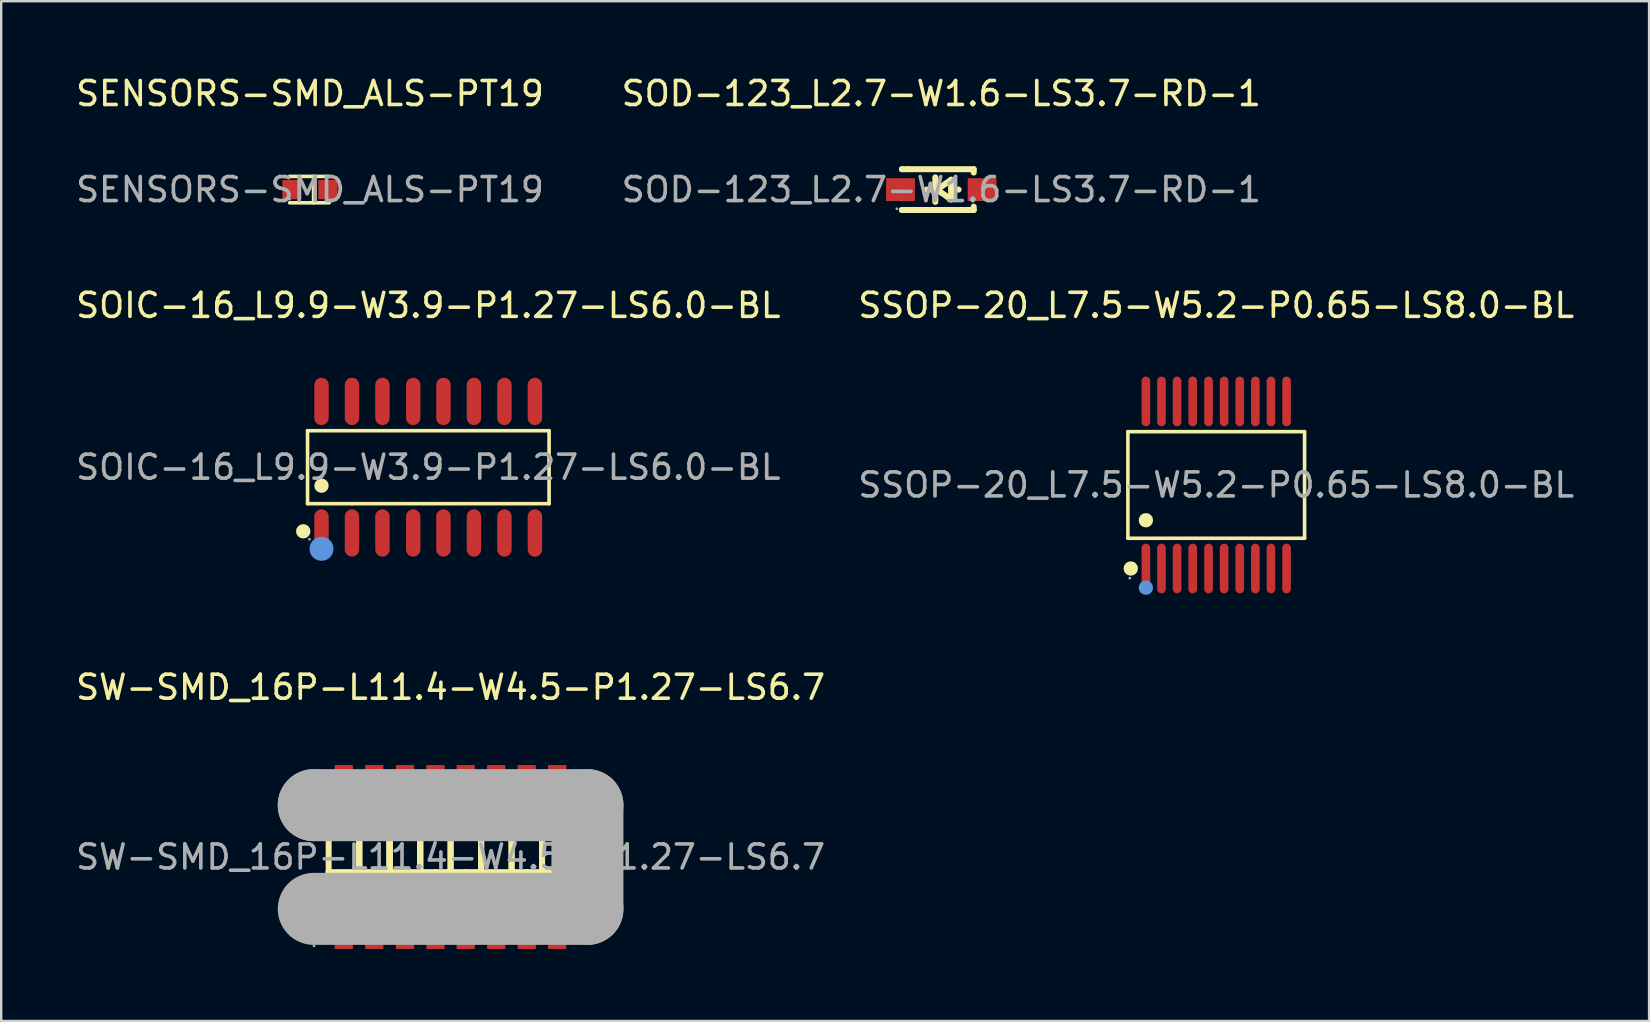
<source format=kicad_pcb>
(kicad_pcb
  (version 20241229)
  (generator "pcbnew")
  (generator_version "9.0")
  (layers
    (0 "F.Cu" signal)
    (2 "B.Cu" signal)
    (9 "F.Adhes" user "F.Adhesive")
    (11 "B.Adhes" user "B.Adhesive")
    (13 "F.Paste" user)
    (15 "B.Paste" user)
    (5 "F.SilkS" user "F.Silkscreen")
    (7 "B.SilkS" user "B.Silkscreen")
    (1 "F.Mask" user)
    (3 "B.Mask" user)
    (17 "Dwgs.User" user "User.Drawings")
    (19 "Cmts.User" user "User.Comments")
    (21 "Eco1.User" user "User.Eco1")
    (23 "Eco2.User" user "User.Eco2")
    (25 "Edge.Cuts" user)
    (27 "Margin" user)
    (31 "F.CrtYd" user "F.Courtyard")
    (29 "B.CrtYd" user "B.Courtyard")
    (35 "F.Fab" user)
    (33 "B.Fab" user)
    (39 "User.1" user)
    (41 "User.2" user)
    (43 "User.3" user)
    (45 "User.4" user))
  (footprint "SW-SMD_16P-L11.4-W4.5-P1.27-LS6.7"
    (layer "F.Cu")
    (at 15.72 32.65)
    (property "Reference" "SW-SMD_16P-L11.4-W4.5-P1.27-LS6.7" (at 0 -7.07 0) (layer "F.SilkS") (effects (font (size 1 1) (thickness 0.15))))
    (attr through_hole)
    (fp_line (start -5.08 -2.16) (end -5.08 2.16) (stroke (width 0.25) (type solid)) (layer "F.SilkS"))
    (fp_line (start -5.08 0.63) (end -3.81 1.9) (stroke (width 0.25) (type solid)) (layer "F.SilkS"))
    (fp_line (start -5.08 1.27) (end -4.44 1.9) (stroke (width 0.25) (type solid)) (layer "F.SilkS"))
    (fp_line (start -5.08 1.9) (end -3.81 1.9) (stroke (width 0.25) (type solid)) (layer "F.SilkS"))
    (fp_line (start -5.08 2.16) (end -3.81 2.16) (stroke (width 0.25) (type solid)) (layer "F.SilkS"))
    (fp_line (start -4.44 0.63) (end -3.81 1.27) (stroke (width 0.25) (type solid)) (layer "F.SilkS"))
    (fp_line (start -3.81 -2.16) (end -3.81 2.16) (stroke (width 0.25) (type solid)) (layer "F.SilkS"))
    (fp_line (start -3.81 -2.16) (end -3.81 2.16) (stroke (width 0.25) (type solid)) (layer "F.SilkS"))
    (fp_line (start -3.81 0.63) (end -5.08 0.63) (stroke (width 0.25) (type solid)) (layer "F.SilkS"))
    (fp_line (start -3.81 0.63) (end -2.54 1.9) (stroke (width 0.25) (type solid)) (layer "F.SilkS"))
    (fp_line (start -3.81 1.27) (end -3.17 1.9) (stroke (width 0.25) (type solid)) (layer "F.SilkS"))
    (fp_line (start -3.81 1.9) (end -2.54 1.9) (stroke (width 0.25) (type solid)) (layer "F.SilkS"))
    (fp_line (start -3.81 2.16) (end -3.81 -2.16) (stroke (width 0.25) (type solid)) (layer "F.SilkS"))
    (fp_line (start -3.81 2.16) (end -3.81 -2.16) (stroke (width 0.25) (type solid)) (layer "F.SilkS"))
    (fp_line (start -3.81 2.16) (end -3.81 -2.16) (stroke (width 0.25) (type solid)) (layer "F.SilkS"))
    (fp_line (start -3.81 2.16) (end -3.81 -2.16) (stroke (width 0.25) (type solid)) (layer "F.SilkS"))
    (fp_line (start -3.17 0.63) (end -2.54 1.27) (stroke (width 0.25) (type solid)) (layer "F.SilkS"))
    (fp_line (start -2.54 -2.16) (end -2.54 2.16) (stroke (width 0.25) (type solid)) (layer "F.SilkS"))
    (fp_line (start -2.54 -2.16) (end -2.54 2.16) (stroke (width 0.25) (type solid)) (layer "F.SilkS"))
    (fp_line (start -2.54 0.63) (end -3.81 0.63) (stroke (width 0.25) (type solid)) (layer "F.SilkS"))
    (fp_line (start -2.54 0.63) (end -1.27 0.63) (stroke (width 0.25) (type solid)) (layer "F.SilkS"))
    (fp_line (start -2.54 1.27) (end -1.9 1.9) (stroke (width 0.25) (type solid)) (layer "F.SilkS"))
    (fp_line (start -2.54 1.9) (end -1.27 1.9) (stroke (width 0.25) (type solid)) (layer "F.SilkS"))
    (fp_line (start -2.54 2.16) (end -3.81 2.16) (stroke (width 0.25) (type solid)) (layer "F.SilkS"))
    (fp_line (start -2.54 2.16) (end -2.54 -2.16) (stroke (width 0.25) (type solid)) (layer "F.SilkS"))
    (fp_line (start -2.54 2.16) (end -2.54 -2.16) (stroke (width 0.25) (type solid)) (layer "F.SilkS"))
    (fp_line (start -1.9 0.63) (end -1.27 1.27) (stroke (width 0.25) (type solid)) (layer "F.SilkS"))
    (fp_line (start -1.27 -2.16) (end -1.27 2.16) (stroke (width 0.25) (type solid)) (layer "F.SilkS"))
    (fp_line (start -1.27 -2.16) (end -1.27 2.16) (stroke (width 0.25) (type solid)) (layer "F.SilkS"))
    (fp_line (start -1.27 -2.16) (end -1.27 2.16) (stroke (width 0.25) (type solid)) (layer "F.SilkS"))
    (fp_line (start -1.27 0.63) (end 0 0.63) (stroke (width 0.25) (type solid)) (layer "F.SilkS"))
    (fp_line (start -1.27 0.63) (end 0 1.9) (stroke (width 0.25) (type solid)) (layer "F.SilkS"))
    (fp_line (start -1.27 1.27) (end -0.63 1.9) (stroke (width 0.25) (type solid)) (layer "F.SilkS"))
    (fp_line (start -1.27 1.9) (end -2.54 0.63) (stroke (width 0.25) (type solid)) (layer "F.SilkS"))
    (fp_line (start -1.27 2.16) (end -2.54 2.16) (stroke (width 0.25) (type solid)) (layer "F.SilkS"))
    (fp_line (start -1.27 2.16) (end -1.27 -2.16) (stroke (width 0.25) (type solid)) (layer "F.SilkS"))
    (fp_line (start -1.27 2.16) (end -1.27 -2.16) (stroke (width 0.25) (type solid)) (layer "F.SilkS"))
    (fp_line (start -1.27 2.16) (end -1.27 -2.16) (stroke (width 0.25) (type solid)) (layer "F.SilkS"))
    (fp_line (start -0.63 0.63) (end 0 1.27) (stroke (width 0.25) (type solid)) (layer "F.SilkS"))
    (fp_line (start 0 -2.16) (end 0 2.16) (stroke (width 0.25) (type solid)) (layer "F.SilkS"))
    (fp_line (start 0 -2.16) (end 1.27 -2.16) (stroke (width 0.25) (type solid)) (layer "F.SilkS"))
    (fp_line (start 0 0.63) (end 1.27 0.63) (stroke (width 0.25) (type solid)) (layer "F.SilkS"))
    (fp_line (start 0 0.63) (end 1.27 1.9) (stroke (width 0.25) (type solid)) (layer "F.SilkS"))
    (fp_line (start 0 1.27) (end 0.64 1.9) (stroke (width 0.25) (type solid)) (layer "F.SilkS"))
    (fp_line (start 0 1.9) (end -1.27 1.9) (stroke (width 0.25) (type solid)) (layer "F.SilkS"))
    (fp_line (start 0 2.16) (end -1.27 2.16) (stroke (width 0.25) (type solid)) (layer "F.SilkS"))
    (fp_line (start 0 2.16) (end 0 -2.16) (stroke (width 0.25) (type solid)) (layer "F.SilkS"))
    (fp_line (start 0.64 0.63) (end 1.27 1.27) (stroke (width 0.25) (type solid)) (layer "F.SilkS"))
    (fp_line (start 1.27 -2.16) (end 1.27 2.16) (stroke (width 0.25) (type solid)) (layer "F.SilkS"))
    (fp_line (start 1.27 -2.16) (end 1.27 2.16) (stroke (width 0.25) (type solid)) (layer "F.SilkS"))
    (fp_line (start 1.27 -2.16) (end 1.27 2.16) (stroke (width 0.25) (type solid)) (layer "F.SilkS"))
    (fp_line (start 1.27 0.63) (end 2.54 0.63) (stroke (width 0.25) (type solid)) (layer "F.SilkS"))
    (fp_line (start 1.27 0.63) (end 2.54 1.9) (stroke (width 0.25) (type solid)) (layer "F.SilkS"))
    (fp_line (start 1.27 1.27) (end 1.91 1.9) (stroke (width 0.25) (type solid)) (layer "F.SilkS"))
    (fp_line (start 1.27 1.9) (end 0 1.9) (stroke (width 0.25) (type solid)) (layer "F.SilkS"))
    (fp_line (start 1.27 2.16) (end 0 2.16) (stroke (width 0.25) (type solid)) (layer "F.SilkS"))
    (fp_line (start 1.27 2.16) (end 1.27 -2.16) (stroke (width 0.25) (type solid)) (layer "F.SilkS"))
    (fp_line (start 1.27 2.16) (end 2.54 2.16) (stroke (width 0.25) (type solid)) (layer "F.SilkS"))
    (fp_line (start 1.91 0.63) (end 2.54 1.27) (stroke (width 0.25) (type solid)) (layer "F.SilkS"))
    (fp_line (start 2.54 0.63) (end 3.81 0.63) (stroke (width 0.25) (type solid)) (layer "F.SilkS"))
    (fp_line (start 2.54 1.27) (end 3.18 1.9) (stroke (width 0.25) (type solid)) (layer "F.SilkS"))
    (fp_line (start 2.54 1.9) (end 1.27 1.9) (stroke (width 0.25) (type solid)) (layer "F.SilkS"))
    (fp_line (start 2.54 2.16) (end 2.54 -2.16) (stroke (width 0.25) (type solid)) (layer "F.SilkS"))
    (fp_line (start 2.54 2.16) (end 2.54 -2.16) (stroke (width 0.25) (type solid)) (layer "F.SilkS"))
    (fp_line (start 3.18 0.63) (end 3.81 1.27) (stroke (width 0.25) (type solid)) (layer "F.SilkS"))
    (fp_line (start 3.81 -2.16) (end 3.81 2.16) (stroke (width 0.25) (type solid)) (layer "F.SilkS"))
    (fp_line (start 3.81 -2.16) (end 3.81 2.16) (stroke (width 0.25) (type solid)) (layer "F.SilkS"))
    (fp_line (start 3.81 0.63) (end 5.08 1.9) (stroke (width 0.25) (type solid)) (layer "F.SilkS"))
    (fp_line (start 3.81 1.27) (end 4.45 1.9) (stroke (width 0.25) (type solid)) (layer "F.SilkS"))
    (fp_line (start 3.81 1.9) (end 2.54 0.63) (stroke (width 0.25) (type solid)) (layer "F.SilkS"))
    (fp_line (start 3.81 1.9) (end 2.54 1.9) (stroke (width 0.25) (type solid)) (layer "F.SilkS"))
    (fp_line (start 3.81 2.16) (end 2.54 2.16) (stroke (width 0.25) (type solid)) (layer "F.SilkS"))
    (fp_line (start 3.81 2.16) (end 5.08 2.16) (stroke (width 0.25) (type solid)) (layer "F.SilkS"))
    (fp_line (start 4.45 0.63) (end 5.08 1.27) (stroke (width 0.25) (type solid)) (layer "F.SilkS"))
    (fp_line (start 5.08 0.63) (end 3.81 0.63) (stroke (width 0.25) (type solid)) (layer "F.SilkS"))
    (fp_line (start 5.08 1.9) (end 3.81 1.9) (stroke (width 0.25) (type solid)) (layer "F.SilkS"))
    (fp_line (start 5.08 2.16) (end 5.08 -2.16) (stroke (width 0.25) (type solid)) (layer "F.SilkS"))
    (fp_line (start -5.7 -2.16) (end -5.7 -2.16) (stroke (width 3) (type solid)) (layer "F.Fab"))
    (fp_line (start -5.7 -2.16) (end 5.7 -2.16) (stroke (width 3) (type solid)) (layer "F.Fab"))
    (fp_line (start 5.7 -2.16) (end 5.7 2.16) (stroke (width 3) (type solid)) (layer "F.Fab"))
    (fp_line (start 5.7 2.16) (end -5.7 2.16) (stroke (width 3) (type solid)) (layer "F.Fab"))
    (fp_circle (center -5.69 3.7) (end -5.66 3.7) (stroke (width 0.06) (type solid)) (fill no) (layer "F.Fab"))
    (fp_text user "ON" (at -2.16 -1.52 270) (layer "F.SilkS") (effects (font (size 1 1) (thickness 0.08)) (justify left)))
    (fp_text user "ON" (at 0.38 -1.52 270) (layer "F.SilkS") (effects (font (size 1 1) (thickness 0.08)) (justify left)))
    (fp_text user "ON" (at 4.19 -1.52 270) (layer "F.SilkS") (effects (font (size 1 1) (thickness 0.08)) (justify left)))
    (fp_text user "ON" (at 2.92 -1.52 270) (layer "F.SilkS") (effects (font (size 1 1) (thickness 0.08)) (justify left)))
    (fp_text user "ON" (at 1.65 -1.52 270) (layer "F.SilkS") (effects (font (size 1 1) (thickness 0.08)) (justify left)))
    (fp_text user "ON" (at -0.89 -1.52 270) (layer "F.SilkS") (effects (font (size 1 1) (thickness 0.08)) (justify left)))
    (fp_text user "ON" (at -3.43 -1.52 270) (layer "F.SilkS") (effects (font (size 1 1) (thickness 0.08)) (justify left)))
    (fp_text user "ON" (at -4.7 -1.52 270) (layer "F.SilkS") (effects (font (size 1 1) (thickness 0.08)) (justify left)))
    (fp_text user "${REFERENCE}" (at 0 0 0) (layer "F.Fab") (effects (font (size 1 1) (thickness 0.15))))
    (pad "1" smd rect (at -4.45 3.07 90) (size 1.52 0.76) (layers "F.Cu" "F.Mask" "F.Paste"))
    (pad "2" smd rect (at -3.18 3.07 90) (size 1.52 0.76) (layers "F.Cu" "F.Mask" "F.Paste"))
    (pad "3" smd rect (at -1.9 3.07 90) (size 1.52 0.76) (layers "F.Cu" "F.Mask" "F.Paste"))
    (pad "4" smd rect (at -0.63 3.07 90) (size 1.52 0.76) (layers "F.Cu" "F.Mask" "F.Paste"))
    (pad "5" smd rect (at 0.63 3.07 90) (size 1.52 0.76) (layers "F.Cu" "F.Mask" "F.Paste"))
    (pad "6" smd rect (at 1.9 3.07 90) (size 1.52 0.76) (layers "F.Cu" "F.Mask" "F.Paste"))
    (pad "7" smd rect (at 3.17 3.07 90) (size 1.52 0.76) (layers "F.Cu" "F.Mask" "F.Paste"))
    (pad "8" smd rect (at 4.44 3.07 90) (size 1.52 0.76) (layers "F.Cu" "F.Mask" "F.Paste"))
    (pad "9" smd rect (at 4.44 -3.07 90) (size 1.52 0.76) (layers "F.Cu" "F.Mask" "F.Paste"))
    (pad "10" smd rect (at 3.17 -3.07 90) (size 1.52 0.76) (layers "F.Cu" "F.Mask" "F.Paste"))
    (pad "11" smd rect (at 1.9 -3.07 90) (size 1.52 0.76) (layers "F.Cu" "F.Mask" "F.Paste"))
    (pad "12" smd rect (at 0.63 -3.07 90) (size 1.52 0.76) (layers "F.Cu" "F.Mask" "F.Paste"))
    (pad "13" smd rect (at -0.63 -3.07 90) (size 1.52 0.76) (layers "F.Cu" "F.Mask" "F.Paste"))
    (pad "14" smd rect (at -1.9 -3.07 90) (size 1.52 0.76) (layers "F.Cu" "F.Mask" "F.Paste"))
    (pad "15" smd rect (at -3.18 -3.07 90) (size 1.52 0.76) (layers "F.Cu" "F.Mask" "F.Paste"))
    (pad "16" smd rect (at -4.45 -3.07 90) (size 1.52 0.76) (layers "F.Cu" "F.Mask" "F.Paste")))
  (footprint "SENSORS-SMD_ALS-PT19"
    (layer "F.Cu")
    (at 9.863 4.848)
    (property "Reference" "SENSORS-SMD_ALS-PT19" (at 0 -4 0) (layer "F.SilkS") (effects (font (size 1 1) (thickness 0.15))))
    (attr through_hole)
    (fp_line (start -0.85 -0.55) (end 0.8 -0.55) (stroke (width 0.15) (type solid)) (layer "F.SilkS"))
    (fp_line (start -0.85 0.55) (end 0.8 0.55) (stroke (width 0.15) (type solid)) (layer "F.SilkS"))
    (fp_line (start 0.15 -0.55) (end 0.15 0.55) (stroke (width 0.15) (type solid)) (layer "F.SilkS"))
    (fp_circle (center -0.85 0.4) (end -0.82 0.4) (stroke (width 0.06) (type solid)) (fill no) (layer "F.Fab"))
    (fp_text user "${REFERENCE}" (at 0 0 0) (layer "F.Fab") (effects (font (size 1 1) (thickness 0.15))))
    (pad "1" smd rect (at -0.75 0 180) (size 0.8 0.8) (layers "F.Cu" "F.Mask" "F.Paste"))
    (pad "2" smd rect (at 0.75 0 180) (size 0.8 0.8) (layers "F.Cu" "F.Mask" "F.Paste")))
  (footprint "SSOP-20_L7.5-W5.2-P0.65-LS8.0-BL"
    (layer "F.Cu")
    (at 47.613 17.151)
    (property "Reference" "SSOP-20_L7.5-W5.2-P0.65-LS8.0-BL" (at 0 -7.48 0) (layer "F.SilkS") (effects (font (size 1 1) (thickness 0.15))))
    (attr through_hole)
    (fp_line (start -3.68 -2.22) (end 3.68 -2.22) (stroke (width 0.15) (type solid)) (layer "F.SilkS"))
    (fp_line (start -3.68 2.22) (end -3.68 -2.22) (stroke (width 0.15) (type solid)) (layer "F.SilkS"))
    (fp_line (start 3.68 -2.22) (end 3.68 2.22) (stroke (width 0.15) (type solid)) (layer "F.SilkS"))
    (fp_line (start 3.68 2.22) (end -3.68 2.22) (stroke (width 0.15) (type solid)) (layer "F.SilkS"))
    (fp_circle (center -3.56 3.48) (end -3.41 3.48) (stroke (width 0.3) (type solid)) (fill no) (layer "F.SilkS"))
    (fp_circle (center -2.93 1.47) (end -2.78 1.47) (stroke (width 0.3) (type solid)) (fill no) (layer "F.SilkS"))
    (fp_circle (center -2.93 4.28) (end -2.78 4.28) (stroke (width 0.3) (type solid)) (fill no) (layer "Cmts.User"))
    (fp_circle (center -3.6 3.88) (end -3.57 3.88) (stroke (width 0.06) (type solid)) (fill no) (layer "F.Fab"))
    (fp_text user "${REFERENCE}" (at 0 0 0) (layer "F.Fab") (effects (font (size 1 1) (thickness 0.15))))
    (pad "1" smd oval (at -2.93 3.48) (size 0.36 2.07) (layers "F.Cu" "F.Mask" "F.Paste"))
    (pad "2" smd oval (at -2.28 3.48) (size 0.36 2.07) (layers "F.Cu" "F.Mask" "F.Paste"))
    (pad "3" smd oval (at -1.63 3.48) (size 0.36 2.07) (layers "F.Cu" "F.Mask" "F.Paste"))
    (pad "4" smd oval (at -0.98 3.48) (size 0.36 2.07) (layers "F.Cu" "F.Mask" "F.Paste"))
    (pad "5" smd oval (at -0.32 3.48) (size 0.36 2.07) (layers "F.Cu" "F.Mask" "F.Paste"))
    (pad "6" smd oval (at 0.33 3.48) (size 0.36 2.07) (layers "F.Cu" "F.Mask" "F.Paste"))
    (pad "7" smd oval (at 0.98 3.48) (size 0.36 2.07) (layers "F.Cu" "F.Mask" "F.Paste"))
    (pad "8" smd oval (at 1.63 3.48) (size 0.36 2.07) (layers "F.Cu" "F.Mask" "F.Paste"))
    (pad "9" smd oval (at 2.28 3.48) (size 0.36 2.07) (layers "F.Cu" "F.Mask" "F.Paste"))
    (pad "10" smd oval (at 2.93 3.48) (size 0.36 2.07) (layers "F.Cu" "F.Mask" "F.Paste"))
    (pad "11" smd oval (at 2.93 -3.48) (size 0.36 2.07) (layers "F.Cu" "F.Mask" "F.Paste"))
    (pad "12" smd oval (at 2.28 -3.48) (size 0.36 2.07) (layers "F.Cu" "F.Mask" "F.Paste"))
    (pad "13" smd oval (at 1.63 -3.48) (size 0.36 2.07) (layers "F.Cu" "F.Mask" "F.Paste"))
    (pad "14" smd oval (at 0.98 -3.48) (size 0.36 2.07) (layers "F.Cu" "F.Mask" "F.Paste"))
    (pad "15" smd oval (at 0.33 -3.48) (size 0.36 2.07) (layers "F.Cu" "F.Mask" "F.Paste"))
    (pad "16" smd oval (at -0.32 -3.48) (size 0.36 2.07) (layers "F.Cu" "F.Mask" "F.Paste"))
    (pad "17" smd oval (at -0.98 -3.48) (size 0.36 2.07) (layers "F.Cu" "F.Mask" "F.Paste"))
    (pad "18" smd oval (at -1.63 -3.48) (size 0.36 2.07) (layers "F.Cu" "F.Mask" "F.Paste"))
    (pad "19" smd oval (at -2.28 -3.48) (size 0.36 2.07) (layers "F.Cu" "F.Mask" "F.Paste"))
    (pad "20" smd oval (at -2.93 -3.48) (size 0.36 2.07) (layers "F.Cu" "F.Mask" "F.Paste")))
  (footprint "SOIC-16_L9.9-W3.9-P1.27-LS6.0-BL"
    (layer "F.Cu")
    (at 14.792 16.412)
    (property "Reference" "SOIC-16_L9.9-W3.9-P1.27-LS6.0-BL" (at 0 -6.74 0) (layer "F.SilkS") (effects (font (size 1 1) (thickness 0.15))))
    (attr through_hole)
    (fp_line (start -5.03 -1.52) (end 5.03 -1.52) (stroke (width 0.15) (type solid)) (layer "F.SilkS"))
    (fp_line (start -5.03 1.52) (end -5.03 -1.52) (stroke (width 0.15) (type solid)) (layer "F.SilkS"))
    (fp_line (start 5.03 -1.52) (end 5.03 1.52) (stroke (width 0.15) (type solid)) (layer "F.SilkS"))
    (fp_line (start 5.03 1.52) (end -5.03 1.52) (stroke (width 0.15) (type solid)) (layer "F.SilkS"))
    (fp_circle (center -5.21 2.67) (end -5.06 2.67) (stroke (width 0.3) (type solid)) (fill no) (layer "F.SilkS"))
    (fp_circle (center -4.45 0.77) (end -4.3 0.77) (stroke (width 0.3) (type solid)) (fill no) (layer "F.SilkS"))
    (fp_circle (center -4.45 3.4) (end -4.2 3.4) (stroke (width 0.5) (type solid)) (fill no) (layer "Cmts.User"))
    (fp_circle (center -4.95 3) (end -4.92 3) (stroke (width 0.06) (type solid)) (fill no) (layer "F.Fab"))
    (fp_text user "${REFERENCE}" (at 0 0 0) (layer "F.Fab") (effects (font (size 1 1) (thickness 0.15))))
    (pad "1" smd oval (at -4.45 2.74) (size 0.6 1.97) (layers "F.Cu" "F.Mask" "F.Paste"))
    (pad "2" smd oval (at -3.18 2.74) (size 0.6 1.97) (layers "F.Cu" "F.Mask" "F.Paste"))
    (pad "3" smd oval (at -1.91 2.74) (size 0.6 1.97) (layers "F.Cu" "F.Mask" "F.Paste"))
    (pad "4" smd oval (at -0.63 2.74) (size 0.6 1.97) (layers "F.Cu" "F.Mask" "F.Paste"))
    (pad "5" smd oval (at 0.63 2.74) (size 0.6 1.97) (layers "F.Cu" "F.Mask" "F.Paste"))
    (pad "6" smd oval (at 1.9 2.74) (size 0.6 1.97) (layers "F.Cu" "F.Mask" "F.Paste"))
    (pad "7" smd oval (at 3.17 2.74) (size 0.6 1.97) (layers "F.Cu" "F.Mask" "F.Paste"))
    (pad "8" smd oval (at 4.44 2.74) (size 0.6 1.97) (layers "F.Cu" "F.Mask" "F.Paste"))
    (pad "9" smd oval (at 4.44 -2.74) (size 0.6 1.97) (layers "F.Cu" "F.Mask" "F.Paste"))
    (pad "10" smd oval (at 3.17 -2.74) (size 0.6 1.97) (layers "F.Cu" "F.Mask" "F.Paste"))
    (pad "11" smd oval (at 1.9 -2.74) (size 0.6 1.97) (layers "F.Cu" "F.Mask" "F.Paste"))
    (pad "12" smd oval (at 0.63 -2.74) (size 0.6 1.97) (layers "F.Cu" "F.Mask" "F.Paste"))
    (pad "13" smd oval (at -0.63 -2.74) (size 0.6 1.97) (layers "F.Cu" "F.Mask" "F.Paste"))
    (pad "14" smd oval (at -1.91 -2.74) (size 0.6 1.97) (layers "F.Cu" "F.Mask" "F.Paste"))
    (pad "15" smd oval (at -3.18 -2.74) (size 0.6 1.97) (layers "F.Cu" "F.Mask" "F.Paste"))
    (pad "16" smd oval (at -4.45 -2.74) (size 0.6 1.97) (layers "F.Cu" "F.Mask" "F.Paste")))
  (footprint "SOD-123_L2.7-W1.6-LS3.7-RD-1"
    (layer "F.Cu")
    (at 36.161 4.848)
    (property "Reference" "SOD-123_L2.7-W1.6-LS3.7-RD-1" (at 0 -4 0) (layer "F.SilkS") (effects (font (size 1 1) (thickness 0.15))))
    (attr through_hole)
    (fp_line (start -1.64 -0.85) (end -1.64 -0.85) (stroke (width 0.25) (type solid)) (layer "F.SilkS"))
    (fp_line (start -1.64 0.85) (end -1.64 0.85) (stroke (width 0.25) (type solid)) (layer "F.SilkS"))
    (fp_line (start -1.35 -0.85) (end -1.64 -0.85) (stroke (width 0.25) (type solid)) (layer "F.SilkS"))
    (fp_line (start -1.35 -0.85) (end 1.35 -0.85) (stroke (width 0.25) (type solid)) (layer "F.SilkS"))
    (fp_line (start -1.35 0.85) (end -1.64 0.85) (stroke (width 0.25) (type solid)) (layer "F.SilkS"))
    (fp_line (start -0.28 0) (end -0.61 0) (stroke (width 0.25) (type solid)) (layer "F.SilkS"))
    (fp_line (start -0.25 -0.51) (end -0.25 0.51) (stroke (width 0.25) (type solid)) (layer "F.SilkS"))
    (fp_line (start -0.18 0) (end 0.41 -0.41) (stroke (width 0.25) (type solid)) (layer "F.SilkS"))
    (fp_line (start 0.41 -0.41) (end 0.41 0.41) (stroke (width 0.25) (type solid)) (layer "F.SilkS"))
    (fp_line (start 0.41 0) (end 0.72 0) (stroke (width 0.25) (type solid)) (layer "F.SilkS"))
    (fp_line (start 0.41 0.41) (end -0.18 0) (stroke (width 0.25) (type solid)) (layer "F.SilkS"))
    (fp_line (start 1.35 -0.85) (end 1.35 -0.71) (stroke (width 0.25) (type solid)) (layer "F.SilkS"))
    (fp_line (start 1.35 0.71) (end 1.35 0.85) (stroke (width 0.25) (type solid)) (layer "F.SilkS"))
    (fp_line (start 1.35 0.85) (end -1.35 0.85) (stroke (width 0.25) (type solid)) (layer "F.SilkS"))
    (fp_circle (center -1.85 0.8) (end -1.82 0.8) (stroke (width 0.06) (type solid)) (fill no) (layer "F.Fab"))
    (fp_text user "${REFERENCE}" (at 0 0 0) (layer "F.Fab") (effects (font (size 1 1) (thickness 0.15))))
    (pad "1" smd rect (at -1.7 0) (size 1.2 0.95) (layers "F.Cu" "F.Mask" "F.Paste"))
    (pad "2" smd rect (at 1.7 0) (size 1.2 0.95) (layers "F.Cu" "F.Mask" "F.Paste")))
  (gr_rect
    (start -3 -3)
    (end 65.643 39.48)
    (stroke (width 0.1) (type default))
    (fill no)
    (layer "Edge.Cuts")))
</source>
